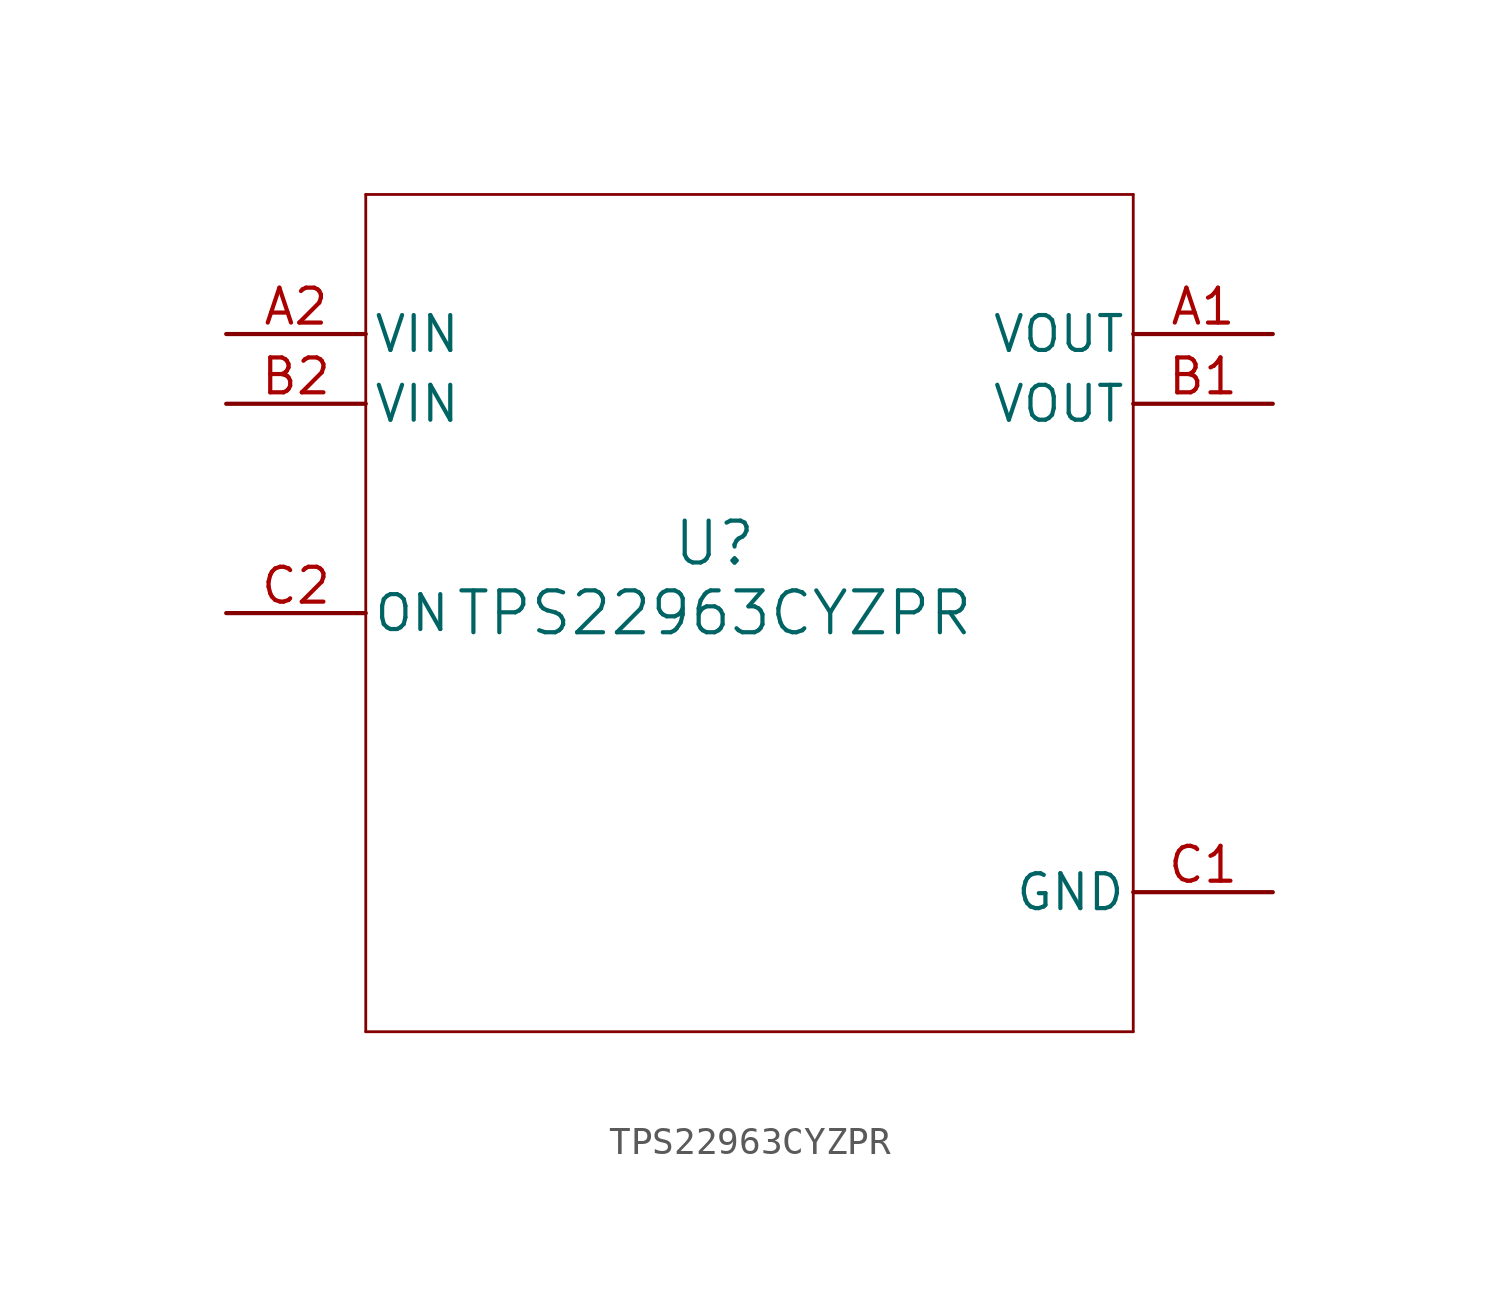
<source format=kicad_sym>
(kicad_symbol_lib
  (version 20211014)
  (generator kicad_symbol_editor)
  (symbol "TPS22963CYZPR"
    (pin_names
      (offset 0.254))
    (property "Reference" "U"
      (at 0 2.54 0)
      (effects (font (size 1.524 1.524))))
    (property "Value" "TPS22963CYZPR"
      (at 0 0 0)
      (effects (font (size 1.524 1.524))))
    (symbol "TPS22963CYZPR_0_1"
      (polyline (pts (xy -12.7 -15.24) (xy 15.24 -15.24)) (stroke (width 0.102) (type default) (color 0 0 0 0)) (fill (type none)))
      (polyline (pts (xy 15.24 -15.24) (xy 15.24 15.24)) (stroke (width 0.102) (type default) (color 0 0 0 0)) (fill (type none)))
      (polyline (pts (xy 15.24 15.24) (xy -12.7 15.24)) (stroke (width 0.102) (type default) (color 0 0 0 0)) (fill (type none)))
      (polyline (pts (xy -12.7 15.24) (xy -12.7 -15.24)) (stroke (width 0.102) (type default) (color 0 0 0 0)) (fill (type none)))
      (pin output line (at 20.32 10.16 180) (length 5.08) (name "VOUT" (effects (font (size 1.27 1.27)))) (number "A1" (effects (font (size 1.27 1.27)))))
      (pin input line (at -17.78 10.16 0) (length 5.08) (name "VIN" (effects (font (size 1.27 1.27)))) (number "A2" (effects (font (size 1.27 1.27)))))
      (pin output line (at 20.32 7.62 180) (length 5.08) (name "VOUT" (effects (font (size 1.27 1.27)))) (number "B1" (effects (font (size 1.27 1.27)))))
      (pin input line (at -17.78 7.62 0) (length 5.08) (name "VIN" (effects (font (size 1.27 1.27)))) (number "B2" (effects (font (size 1.27 1.27)))))
      (pin power_in line (at 20.32 -10.16 180) (length 5.08) (name "GND" (effects (font (size 1.27 1.27)))) (number "C1" (effects (font (size 1.27 1.27)))))
      (pin input line (at -17.78 0 0) (length 5.08) (name "ON" (effects (font (size 1.27 1.27)))) (number "C2" (effects (font (size 1.27 1.27))))))))
</source>
